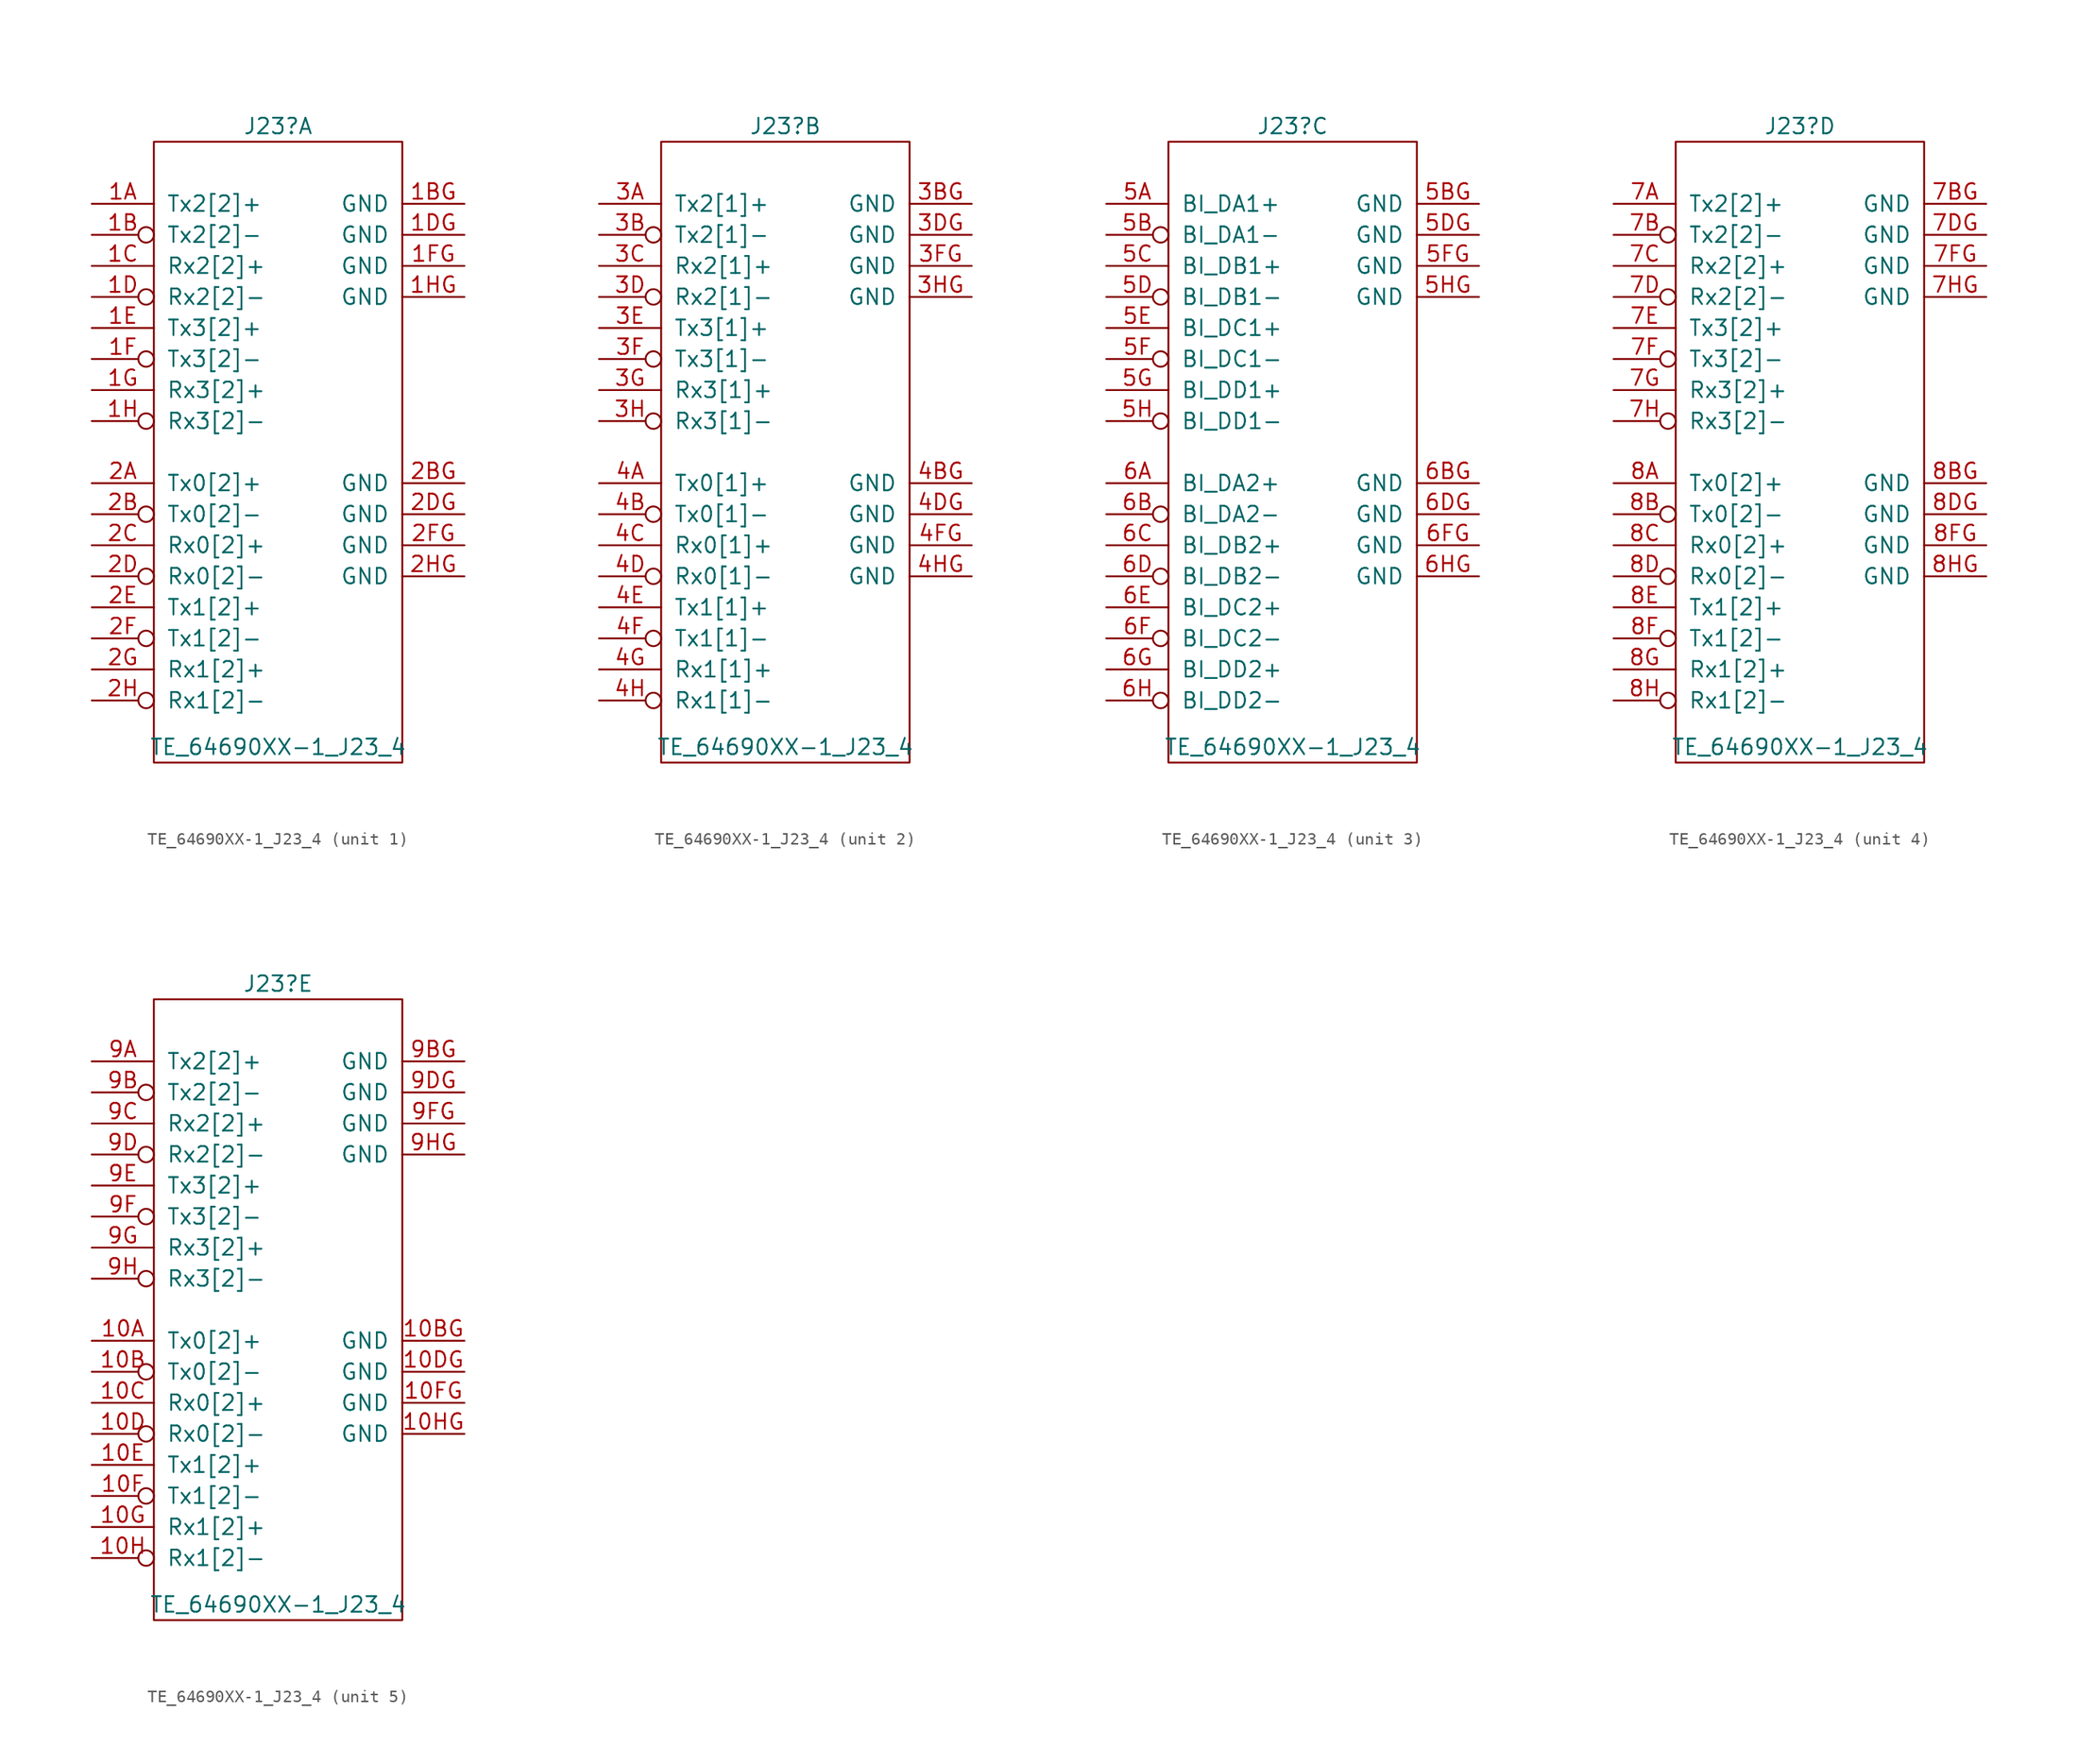
<source format=kicad_sym>
(kicad_symbol_lib
  (version 20220914)
  (generator kicad_symbol_editor)
  (symbol "TE_64690XX-1_J23_4"
    (pin_names
      (offset 1.016))
    (property "Reference" "J23"
      (at 0 26.67 0)
      (effects (font (size 1.27 1.27))))
    (property "Value" "TE_64690XX-1_J23_4"
      (at 0 -24.13 0)
      (effects (font (size 1.27 1.27))))
    (property "ki_locked" ""
      (at 0 0 0)
      (effects (font (size 1.27 1.27))))
    (symbol "TE_64690XX-1_J23_4_1_1"
      (rectangle (start -10.16 25.4) (end 10.16 -25.4) (stroke (width 0) (type default)) (fill (type none)))
      (pin bidirectional line (at -15.24 20.32 0) (length 5.08) (name "Tx2[2]+" (effects (font (size 1.27 1.27)))) (number "1A" (effects (font (size 1.27 1.27)))))
      (pin bidirectional inverted (at -15.24 17.78 0) (length 5.08) (name "Tx2[2]-" (effects (font (size 1.27 1.27)))) (number "1B" (effects (font (size 1.27 1.27)))))
      (pin passive line (at 15.24 20.32 180) (length 5.08) (name "GND" (effects (font (size 1.27 1.27)))) (number "1BG" (effects (font (size 1.27 1.27)))))
      (pin bidirectional line (at -15.24 15.24 0) (length 5.08) (name "Rx2[2]+" (effects (font (size 1.27 1.27)))) (number "1C" (effects (font (size 1.27 1.27)))))
      (pin bidirectional inverted (at -15.24 12.7 0) (length 5.08) (name "Rx2[2]-" (effects (font (size 1.27 1.27)))) (number "1D" (effects (font (size 1.27 1.27)))))
      (pin passive line (at 15.24 17.78 180) (length 5.08) (name "GND" (effects (font (size 1.27 1.27)))) (number "1DG" (effects (font (size 1.27 1.27)))))
      (pin bidirectional line (at -15.24 10.16 0) (length 5.08) (name "Tx3[2]+" (effects (font (size 1.27 1.27)))) (number "1E" (effects (font (size 1.27 1.27)))))
      (pin bidirectional inverted (at -15.24 7.62 0) (length 5.08) (name "Tx3[2]-" (effects (font (size 1.27 1.27)))) (number "1F" (effects (font (size 1.27 1.27)))))
      (pin passive line (at 15.24 15.24 180) (length 5.08) (name "GND" (effects (font (size 1.27 1.27)))) (number "1FG" (effects (font (size 1.27 1.27)))))
      (pin bidirectional line (at -15.24 5.08 0) (length 5.08) (name "Rx3[2]+" (effects (font (size 1.27 1.27)))) (number "1G" (effects (font (size 1.27 1.27)))))
      (pin bidirectional inverted (at -15.24 2.54 0) (length 5.08) (name "Rx3[2]-" (effects (font (size 1.27 1.27)))) (number "1H" (effects (font (size 1.27 1.27)))))
      (pin passive line (at 15.24 12.7 180) (length 5.08) (name "GND" (effects (font (size 1.27 1.27)))) (number "1HG" (effects (font (size 1.27 1.27)))))
      (pin bidirectional line (at -15.24 -2.54 0) (length 5.08) (name "Tx0[2]+" (effects (font (size 1.27 1.27)))) (number "2A" (effects (font (size 1.27 1.27)))))
      (pin bidirectional inverted (at -15.24 -5.08 0) (length 5.08) (name "Tx0[2]-" (effects (font (size 1.27 1.27)))) (number "2B" (effects (font (size 1.27 1.27)))))
      (pin passive line (at 15.24 -2.54 180) (length 5.08) (name "GND" (effects (font (size 1.27 1.27)))) (number "2BG" (effects (font (size 1.27 1.27)))))
      (pin bidirectional line (at -15.24 -7.62 0) (length 5.08) (name "Rx0[2]+" (effects (font (size 1.27 1.27)))) (number "2C" (effects (font (size 1.27 1.27)))))
      (pin bidirectional inverted (at -15.24 -10.16 0) (length 5.08) (name "Rx0[2]-" (effects (font (size 1.27 1.27)))) (number "2D" (effects (font (size 1.27 1.27)))))
      (pin passive line (at 15.24 -5.08 180) (length 5.08) (name "GND" (effects (font (size 1.27 1.27)))) (number "2DG" (effects (font (size 1.27 1.27)))))
      (pin bidirectional line (at -15.24 -12.7 0) (length 5.08) (name "Tx1[2]+" (effects (font (size 1.27 1.27)))) (number "2E" (effects (font (size 1.27 1.27)))))
      (pin bidirectional inverted (at -15.24 -15.24 0) (length 5.08) (name "Tx1[2]-" (effects (font (size 1.27 1.27)))) (number "2F" (effects (font (size 1.27 1.27)))))
      (pin passive line (at 15.24 -7.62 180) (length 5.08) (name "GND" (effects (font (size 1.27 1.27)))) (number "2FG" (effects (font (size 1.27 1.27)))))
      (pin bidirectional line (at -15.24 -17.78 0) (length 5.08) (name "Rx1[2]+" (effects (font (size 1.27 1.27)))) (number "2G" (effects (font (size 1.27 1.27)))))
      (pin bidirectional inverted (at -15.24 -20.32 0) (length 5.08) (name "Rx1[2]-" (effects (font (size 1.27 1.27)))) (number "2H" (effects (font (size 1.27 1.27)))))
      (pin passive line (at 15.24 -10.16 180) (length 5.08) (name "GND" (effects (font (size 1.27 1.27)))) (number "2HG" (effects (font (size 1.27 1.27))))))
    (symbol "TE_64690XX-1_J23_4_2_1"
      (rectangle (start -10.16 25.4) (end 10.16 -25.4) (stroke (width 0) (type default)) (fill (type none)))
      (pin bidirectional line (at -15.24 20.32 0) (length 5.08) (name "Tx2[1]+" (effects (font (size 1.27 1.27)))) (number "3A" (effects (font (size 1.27 1.27)))))
      (pin bidirectional inverted (at -15.24 17.78 0) (length 5.08) (name "Tx2[1]-" (effects (font (size 1.27 1.27)))) (number "3B" (effects (font (size 1.27 1.27)))))
      (pin passive line (at 15.24 20.32 180) (length 5.08) (name "GND" (effects (font (size 1.27 1.27)))) (number "3BG" (effects (font (size 1.27 1.27)))))
      (pin bidirectional line (at -15.24 15.24 0) (length 5.08) (name "Rx2[1]+" (effects (font (size 1.27 1.27)))) (number "3C" (effects (font (size 1.27 1.27)))))
      (pin bidirectional inverted (at -15.24 12.7 0) (length 5.08) (name "Rx2[1]-" (effects (font (size 1.27 1.27)))) (number "3D" (effects (font (size 1.27 1.27)))))
      (pin passive line (at 15.24 17.78 180) (length 5.08) (name "GND" (effects (font (size 1.27 1.27)))) (number "3DG" (effects (font (size 1.27 1.27)))))
      (pin bidirectional line (at -15.24 10.16 0) (length 5.08) (name "Tx3[1]+" (effects (font (size 1.27 1.27)))) (number "3E" (effects (font (size 1.27 1.27)))))
      (pin bidirectional inverted (at -15.24 7.62 0) (length 5.08) (name "Tx3[1]-" (effects (font (size 1.27 1.27)))) (number "3F" (effects (font (size 1.27 1.27)))))
      (pin passive line (at 15.24 15.24 180) (length 5.08) (name "GND" (effects (font (size 1.27 1.27)))) (number "3FG" (effects (font (size 1.27 1.27)))))
      (pin bidirectional line (at -15.24 5.08 0) (length 5.08) (name "Rx3[1]+" (effects (font (size 1.27 1.27)))) (number "3G" (effects (font (size 1.27 1.27)))))
      (pin bidirectional inverted (at -15.24 2.54 0) (length 5.08) (name "Rx3[1]-" (effects (font (size 1.27 1.27)))) (number "3H" (effects (font (size 1.27 1.27)))))
      (pin passive line (at 15.24 12.7 180) (length 5.08) (name "GND" (effects (font (size 1.27 1.27)))) (number "3HG" (effects (font (size 1.27 1.27)))))
      (pin bidirectional line (at -15.24 -2.54 0) (length 5.08) (name "Tx0[1]+" (effects (font (size 1.27 1.27)))) (number "4A" (effects (font (size 1.27 1.27)))))
      (pin bidirectional inverted (at -15.24 -5.08 0) (length 5.08) (name "Tx0[1]-" (effects (font (size 1.27 1.27)))) (number "4B" (effects (font (size 1.27 1.27)))))
      (pin passive line (at 15.24 -2.54 180) (length 5.08) (name "GND" (effects (font (size 1.27 1.27)))) (number "4BG" (effects (font (size 1.27 1.27)))))
      (pin bidirectional line (at -15.24 -7.62 0) (length 5.08) (name "Rx0[1]+" (effects (font (size 1.27 1.27)))) (number "4C" (effects (font (size 1.27 1.27)))))
      (pin bidirectional inverted (at -15.24 -10.16 0) (length 5.08) (name "Rx0[1]-" (effects (font (size 1.27 1.27)))) (number "4D" (effects (font (size 1.27 1.27)))))
      (pin passive line (at 15.24 -5.08 180) (length 5.08) (name "GND" (effects (font (size 1.27 1.27)))) (number "4DG" (effects (font (size 1.27 1.27)))))
      (pin bidirectional line (at -15.24 -12.7 0) (length 5.08) (name "Tx1[1]+" (effects (font (size 1.27 1.27)))) (number "4E" (effects (font (size 1.27 1.27)))))
      (pin bidirectional inverted (at -15.24 -15.24 0) (length 5.08) (name "Tx1[1]-" (effects (font (size 1.27 1.27)))) (number "4F" (effects (font (size 1.27 1.27)))))
      (pin passive line (at 15.24 -7.62 180) (length 5.08) (name "GND" (effects (font (size 1.27 1.27)))) (number "4FG" (effects (font (size 1.27 1.27)))))
      (pin bidirectional line (at -15.24 -17.78 0) (length 5.08) (name "Rx1[1]+" (effects (font (size 1.27 1.27)))) (number "4G" (effects (font (size 1.27 1.27)))))
      (pin bidirectional inverted (at -15.24 -20.32 0) (length 5.08) (name "Rx1[1]-" (effects (font (size 1.27 1.27)))) (number "4H" (effects (font (size 1.27 1.27)))))
      (pin passive line (at 15.24 -10.16 180) (length 5.08) (name "GND" (effects (font (size 1.27 1.27)))) (number "4HG" (effects (font (size 1.27 1.27))))))
    (symbol "TE_64690XX-1_J23_4_3_1"
      (rectangle (start -10.16 25.4) (end 10.16 -25.4) (stroke (width 0) (type default)) (fill (type none)))
      (pin bidirectional line (at -15.24 20.32 0) (length 5.08) (name "BI_DA1+" (effects (font (size 1.27 1.27)))) (number "5A" (effects (font (size 1.27 1.27)))))
      (pin bidirectional inverted (at -15.24 17.78 0) (length 5.08) (name "BI_DA1-" (effects (font (size 1.27 1.27)))) (number "5B" (effects (font (size 1.27 1.27)))))
      (pin passive line (at 15.24 20.32 180) (length 5.08) (name "GND" (effects (font (size 1.27 1.27)))) (number "5BG" (effects (font (size 1.27 1.27)))))
      (pin bidirectional line (at -15.24 15.24 0) (length 5.08) (name "BI_DB1+" (effects (font (size 1.27 1.27)))) (number "5C" (effects (font (size 1.27 1.27)))))
      (pin bidirectional inverted (at -15.24 12.7 0) (length 5.08) (name "BI_DB1-" (effects (font (size 1.27 1.27)))) (number "5D" (effects (font (size 1.27 1.27)))))
      (pin passive line (at 15.24 17.78 180) (length 5.08) (name "GND" (effects (font (size 1.27 1.27)))) (number "5DG" (effects (font (size 1.27 1.27)))))
      (pin bidirectional line (at -15.24 10.16 0) (length 5.08) (name "BI_DC1+" (effects (font (size 1.27 1.27)))) (number "5E" (effects (font (size 1.27 1.27)))))
      (pin bidirectional inverted (at -15.24 7.62 0) (length 5.08) (name "BI_DC1-" (effects (font (size 1.27 1.27)))) (number "5F" (effects (font (size 1.27 1.27)))))
      (pin passive line (at 15.24 15.24 180) (length 5.08) (name "GND" (effects (font (size 1.27 1.27)))) (number "5FG" (effects (font (size 1.27 1.27)))))
      (pin bidirectional line (at -15.24 5.08 0) (length 5.08) (name "BI_DD1+" (effects (font (size 1.27 1.27)))) (number "5G" (effects (font (size 1.27 1.27)))))
      (pin bidirectional inverted (at -15.24 2.54 0) (length 5.08) (name "BI_DD1-" (effects (font (size 1.27 1.27)))) (number "5H" (effects (font (size 1.27 1.27)))))
      (pin passive line (at 15.24 12.7 180) (length 5.08) (name "GND" (effects (font (size 1.27 1.27)))) (number "5HG" (effects (font (size 1.27 1.27)))))
      (pin bidirectional line (at -15.24 -2.54 0) (length 5.08) (name "BI_DA2+" (effects (font (size 1.27 1.27)))) (number "6A" (effects (font (size 1.27 1.27)))))
      (pin bidirectional inverted (at -15.24 -5.08 0) (length 5.08) (name "BI_DA2-" (effects (font (size 1.27 1.27)))) (number "6B" (effects (font (size 1.27 1.27)))))
      (pin passive line (at 15.24 -2.54 180) (length 5.08) (name "GND" (effects (font (size 1.27 1.27)))) (number "6BG" (effects (font (size 1.27 1.27)))))
      (pin bidirectional line (at -15.24 -7.62 0) (length 5.08) (name "BI_DB2+" (effects (font (size 1.27 1.27)))) (number "6C" (effects (font (size 1.27 1.27)))))
      (pin bidirectional inverted (at -15.24 -10.16 0) (length 5.08) (name "BI_DB2-" (effects (font (size 1.27 1.27)))) (number "6D" (effects (font (size 1.27 1.27)))))
      (pin passive line (at 15.24 -5.08 180) (length 5.08) (name "GND" (effects (font (size 1.27 1.27)))) (number "6DG" (effects (font (size 1.27 1.27)))))
      (pin bidirectional line (at -15.24 -12.7 0) (length 5.08) (name "BI_DC2+" (effects (font (size 1.27 1.27)))) (number "6E" (effects (font (size 1.27 1.27)))))
      (pin bidirectional inverted (at -15.24 -15.24 0) (length 5.08) (name "BI_DC2-" (effects (font (size 1.27 1.27)))) (number "6F" (effects (font (size 1.27 1.27)))))
      (pin passive line (at 15.24 -7.62 180) (length 5.08) (name "GND" (effects (font (size 1.27 1.27)))) (number "6FG" (effects (font (size 1.27 1.27)))))
      (pin bidirectional line (at -15.24 -17.78 0) (length 5.08) (name "BI_DD2+" (effects (font (size 1.27 1.27)))) (number "6G" (effects (font (size 1.27 1.27)))))
      (pin bidirectional inverted (at -15.24 -20.32 0) (length 5.08) (name "BI_DD2-" (effects (font (size 1.27 1.27)))) (number "6H" (effects (font (size 1.27 1.27)))))
      (pin passive line (at 15.24 -10.16 180) (length 5.08) (name "GND" (effects (font (size 1.27 1.27)))) (number "6HG" (effects (font (size 1.27 1.27))))))
    (symbol "TE_64690XX-1_J23_4_4_1"
      (rectangle (start -10.16 25.4) (end 10.16 -25.4) (stroke (width 0) (type default)) (fill (type none)))
      (pin bidirectional line (at -15.24 20.32 0) (length 5.08) (name "Tx2[2]+" (effects (font (size 1.27 1.27)))) (number "7A" (effects (font (size 1.27 1.27)))))
      (pin bidirectional inverted (at -15.24 17.78 0) (length 5.08) (name "Tx2[2]-" (effects (font (size 1.27 1.27)))) (number "7B" (effects (font (size 1.27 1.27)))))
      (pin passive line (at 15.24 20.32 180) (length 5.08) (name "GND" (effects (font (size 1.27 1.27)))) (number "7BG" (effects (font (size 1.27 1.27)))))
      (pin bidirectional line (at -15.24 15.24 0) (length 5.08) (name "Rx2[2]+" (effects (font (size 1.27 1.27)))) (number "7C" (effects (font (size 1.27 1.27)))))
      (pin bidirectional inverted (at -15.24 12.7 0) (length 5.08) (name "Rx2[2]-" (effects (font (size 1.27 1.27)))) (number "7D" (effects (font (size 1.27 1.27)))))
      (pin passive line (at 15.24 17.78 180) (length 5.08) (name "GND" (effects (font (size 1.27 1.27)))) (number "7DG" (effects (font (size 1.27 1.27)))))
      (pin bidirectional line (at -15.24 10.16 0) (length 5.08) (name "Tx3[2]+" (effects (font (size 1.27 1.27)))) (number "7E" (effects (font (size 1.27 1.27)))))
      (pin bidirectional inverted (at -15.24 7.62 0) (length 5.08) (name "Tx3[2]-" (effects (font (size 1.27 1.27)))) (number "7F" (effects (font (size 1.27 1.27)))))
      (pin passive line (at 15.24 15.24 180) (length 5.08) (name "GND" (effects (font (size 1.27 1.27)))) (number "7FG" (effects (font (size 1.27 1.27)))))
      (pin bidirectional line (at -15.24 5.08 0) (length 5.08) (name "Rx3[2]+" (effects (font (size 1.27 1.27)))) (number "7G" (effects (font (size 1.27 1.27)))))
      (pin bidirectional inverted (at -15.24 2.54 0) (length 5.08) (name "Rx3[2]-" (effects (font (size 1.27 1.27)))) (number "7H" (effects (font (size 1.27 1.27)))))
      (pin passive line (at 15.24 12.7 180) (length 5.08) (name "GND" (effects (font (size 1.27 1.27)))) (number "7HG" (effects (font (size 1.27 1.27)))))
      (pin bidirectional line (at -15.24 -2.54 0) (length 5.08) (name "Tx0[2]+" (effects (font (size 1.27 1.27)))) (number "8A" (effects (font (size 1.27 1.27)))))
      (pin bidirectional inverted (at -15.24 -5.08 0) (length 5.08) (name "Tx0[2]-" (effects (font (size 1.27 1.27)))) (number "8B" (effects (font (size 1.27 1.27)))))
      (pin passive line (at 15.24 -2.54 180) (length 5.08) (name "GND" (effects (font (size 1.27 1.27)))) (number "8BG" (effects (font (size 1.27 1.27)))))
      (pin bidirectional line (at -15.24 -7.62 0) (length 5.08) (name "Rx0[2]+" (effects (font (size 1.27 1.27)))) (number "8C" (effects (font (size 1.27 1.27)))))
      (pin bidirectional inverted (at -15.24 -10.16 0) (length 5.08) (name "Rx0[2]-" (effects (font (size 1.27 1.27)))) (number "8D" (effects (font (size 1.27 1.27)))))
      (pin passive line (at 15.24 -5.08 180) (length 5.08) (name "GND" (effects (font (size 1.27 1.27)))) (number "8DG" (effects (font (size 1.27 1.27)))))
      (pin bidirectional line (at -15.24 -12.7 0) (length 5.08) (name "Tx1[2]+" (effects (font (size 1.27 1.27)))) (number "8E" (effects (font (size 1.27 1.27)))))
      (pin bidirectional inverted (at -15.24 -15.24 0) (length 5.08) (name "Tx1[2]-" (effects (font (size 1.27 1.27)))) (number "8F" (effects (font (size 1.27 1.27)))))
      (pin passive line (at 15.24 -7.62 180) (length 5.08) (name "GND" (effects (font (size 1.27 1.27)))) (number "8FG" (effects (font (size 1.27 1.27)))))
      (pin bidirectional line (at -15.24 -17.78 0) (length 5.08) (name "Rx1[2]+" (effects (font (size 1.27 1.27)))) (number "8G" (effects (font (size 1.27 1.27)))))
      (pin bidirectional inverted (at -15.24 -20.32 0) (length 5.08) (name "Rx1[2]-" (effects (font (size 1.27 1.27)))) (number "8H" (effects (font (size 1.27 1.27)))))
      (pin passive line (at 15.24 -10.16 180) (length 5.08) (name "GND" (effects (font (size 1.27 1.27)))) (number "8HG" (effects (font (size 1.27 1.27))))))
    (symbol "TE_64690XX-1_J23_4_5_1"
      (rectangle (start -10.16 25.4) (end 10.16 -25.4) (stroke (width 0) (type default)) (fill (type none)))
      (pin bidirectional line (at -15.24 -2.54 0) (length 5.08) (name "Tx0[2]+" (effects (font (size 1.27 1.27)))) (number "10A" (effects (font (size 1.27 1.27)))))
      (pin bidirectional inverted (at -15.24 -5.08 0) (length 5.08) (name "Tx0[2]-" (effects (font (size 1.27 1.27)))) (number "10B" (effects (font (size 1.27 1.27)))))
      (pin passive line (at 15.24 -2.54 180) (length 5.08) (name "GND" (effects (font (size 1.27 1.27)))) (number "10BG" (effects (font (size 1.27 1.27)))))
      (pin bidirectional line (at -15.24 -7.62 0) (length 5.08) (name "Rx0[2]+" (effects (font (size 1.27 1.27)))) (number "10C" (effects (font (size 1.27 1.27)))))
      (pin bidirectional inverted (at -15.24 -10.16 0) (length 5.08) (name "Rx0[2]-" (effects (font (size 1.27 1.27)))) (number "10D" (effects (font (size 1.27 1.27)))))
      (pin passive line (at 15.24 -5.08 180) (length 5.08) (name "GND" (effects (font (size 1.27 1.27)))) (number "10DG" (effects (font (size 1.27 1.27)))))
      (pin bidirectional line (at -15.24 -12.7 0) (length 5.08) (name "Tx1[2]+" (effects (font (size 1.27 1.27)))) (number "10E" (effects (font (size 1.27 1.27)))))
      (pin bidirectional inverted (at -15.24 -15.24 0) (length 5.08) (name "Tx1[2]-" (effects (font (size 1.27 1.27)))) (number "10F" (effects (font (size 1.27 1.27)))))
      (pin passive line (at 15.24 -7.62 180) (length 5.08) (name "GND" (effects (font (size 1.27 1.27)))) (number "10FG" (effects (font (size 1.27 1.27)))))
      (pin bidirectional line (at -15.24 -17.78 0) (length 5.08) (name "Rx1[2]+" (effects (font (size 1.27 1.27)))) (number "10G" (effects (font (size 1.27 1.27)))))
      (pin bidirectional inverted (at -15.24 -20.32 0) (length 5.08) (name "Rx1[2]-" (effects (font (size 1.27 1.27)))) (number "10H" (effects (font (size 1.27 1.27)))))
      (pin passive line (at 15.24 -10.16 180) (length 5.08) (name "GND" (effects (font (size 1.27 1.27)))) (number "10HG" (effects (font (size 1.27 1.27)))))
      (pin bidirectional line (at -15.24 20.32 0) (length 5.08) (name "Tx2[2]+" (effects (font (size 1.27 1.27)))) (number "9A" (effects (font (size 1.27 1.27)))))
      (pin bidirectional inverted (at -15.24 17.78 0) (length 5.08) (name "Tx2[2]-" (effects (font (size 1.27 1.27)))) (number "9B" (effects (font (size 1.27 1.27)))))
      (pin passive line (at 15.24 20.32 180) (length 5.08) (name "GND" (effects (font (size 1.27 1.27)))) (number "9BG" (effects (font (size 1.27 1.27)))))
      (pin bidirectional line (at -15.24 15.24 0) (length 5.08) (name "Rx2[2]+" (effects (font (size 1.27 1.27)))) (number "9C" (effects (font (size 1.27 1.27)))))
      (pin bidirectional inverted (at -15.24 12.7 0) (length 5.08) (name "Rx2[2]-" (effects (font (size 1.27 1.27)))) (number "9D" (effects (font (size 1.27 1.27)))))
      (pin passive line (at 15.24 17.78 180) (length 5.08) (name "GND" (effects (font (size 1.27 1.27)))) (number "9DG" (effects (font (size 1.27 1.27)))))
      (pin bidirectional line (at -15.24 10.16 0) (length 5.08) (name "Tx3[2]+" (effects (font (size 1.27 1.27)))) (number "9E" (effects (font (size 1.27 1.27)))))
      (pin bidirectional inverted (at -15.24 7.62 0) (length 5.08) (name "Tx3[2]-" (effects (font (size 1.27 1.27)))) (number "9F" (effects (font (size 1.27 1.27)))))
      (pin passive line (at 15.24 15.24 180) (length 5.08) (name "GND" (effects (font (size 1.27 1.27)))) (number "9FG" (effects (font (size 1.27 1.27)))))
      (pin bidirectional line (at -15.24 5.08 0) (length 5.08) (name "Rx3[2]+" (effects (font (size 1.27 1.27)))) (number "9G" (effects (font (size 1.27 1.27)))))
      (pin bidirectional inverted (at -15.24 2.54 0) (length 5.08) (name "Rx3[2]-" (effects (font (size 1.27 1.27)))) (number "9H" (effects (font (size 1.27 1.27)))))
      (pin passive line (at 15.24 12.7 180) (length 5.08) (name "GND" (effects (font (size 1.27 1.27)))) (number "9HG" (effects (font (size 1.27 1.27))))))))
</source>
